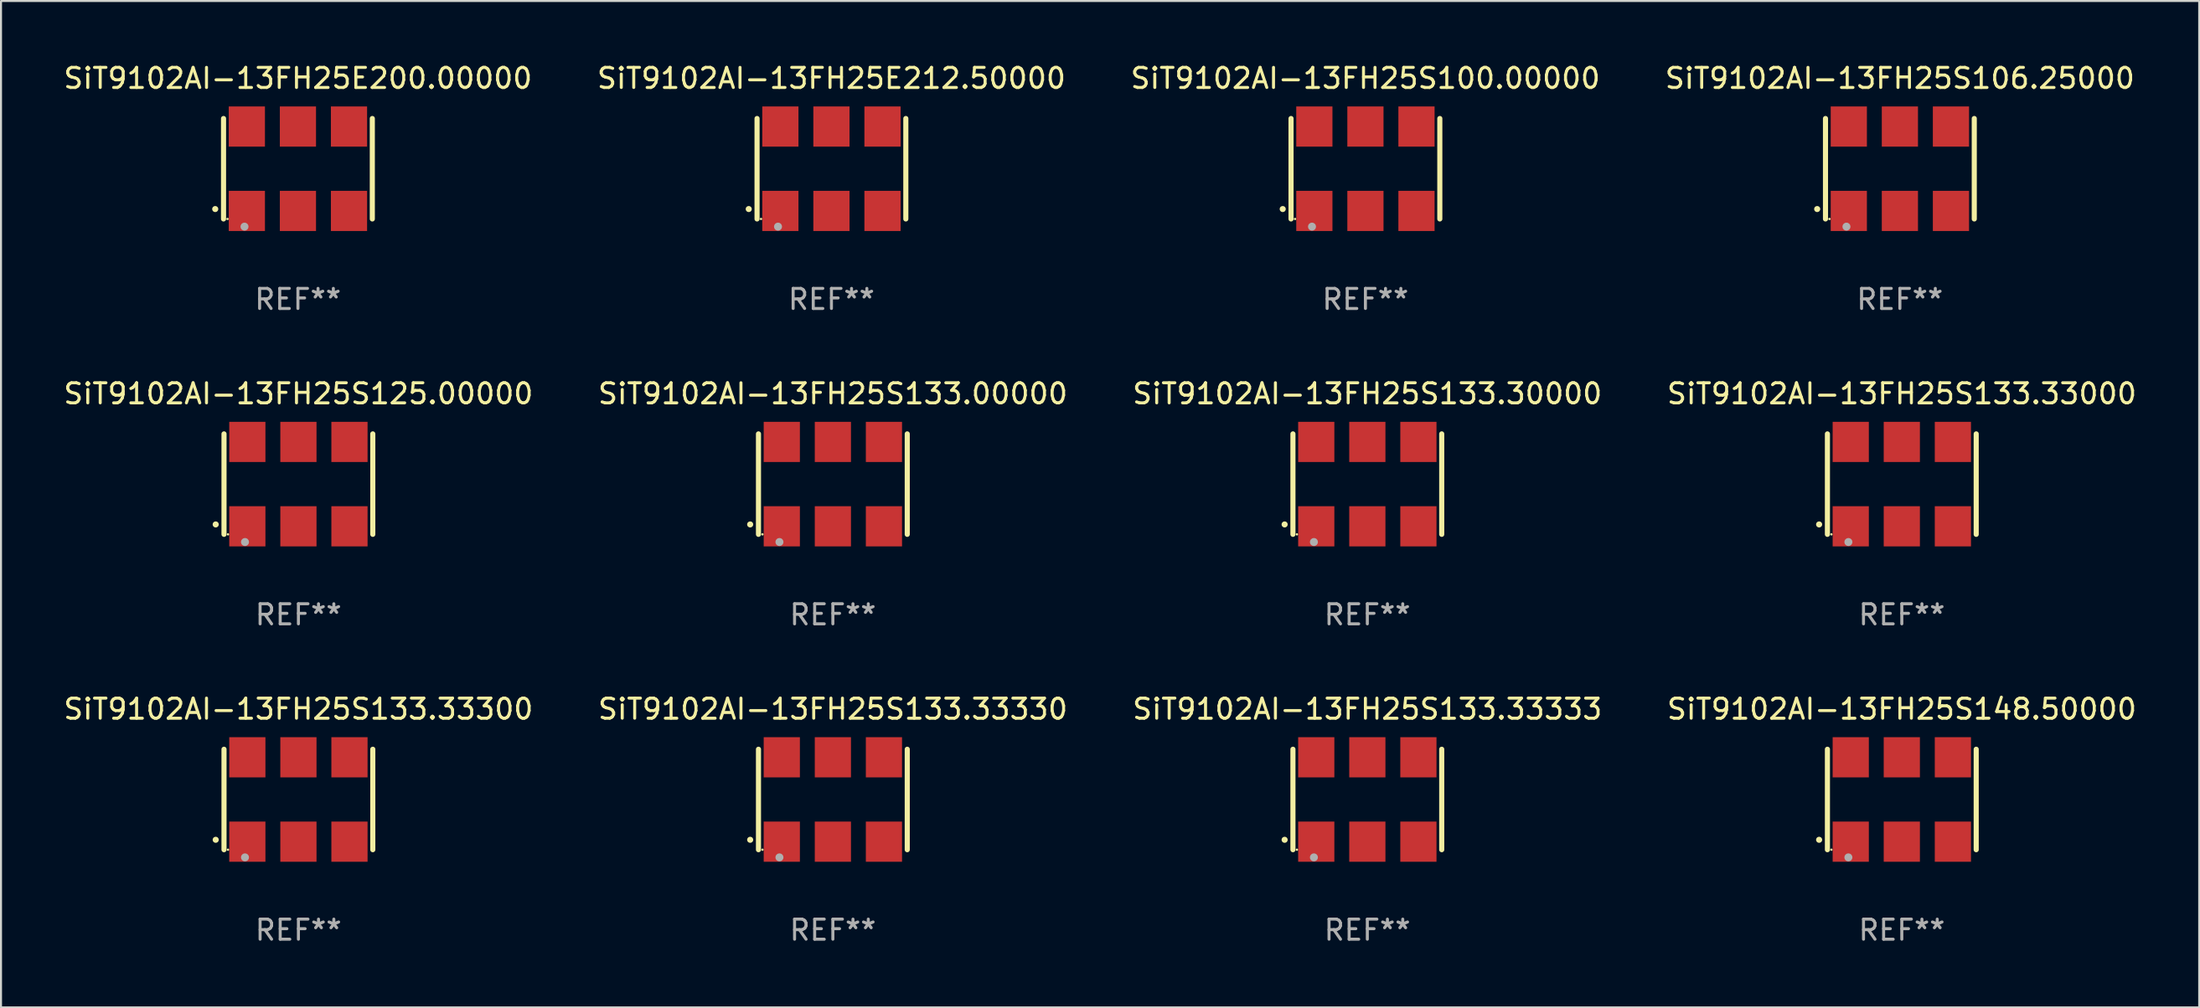
<source format=kicad_pcb>
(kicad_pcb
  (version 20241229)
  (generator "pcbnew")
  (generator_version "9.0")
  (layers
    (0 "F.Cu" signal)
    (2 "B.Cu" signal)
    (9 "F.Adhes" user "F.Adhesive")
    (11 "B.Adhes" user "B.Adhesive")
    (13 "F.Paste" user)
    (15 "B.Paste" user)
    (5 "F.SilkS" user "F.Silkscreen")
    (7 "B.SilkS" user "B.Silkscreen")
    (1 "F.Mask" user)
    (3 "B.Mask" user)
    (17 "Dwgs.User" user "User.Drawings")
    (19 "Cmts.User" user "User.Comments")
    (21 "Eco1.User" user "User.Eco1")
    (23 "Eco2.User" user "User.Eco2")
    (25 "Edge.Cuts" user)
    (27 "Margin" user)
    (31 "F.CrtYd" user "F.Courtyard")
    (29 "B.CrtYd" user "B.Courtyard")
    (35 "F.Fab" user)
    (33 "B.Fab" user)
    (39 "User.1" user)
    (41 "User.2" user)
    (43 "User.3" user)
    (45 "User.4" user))
  (footprint "SiT9102AI-13FH25S133.00000"
    (layer "F.Cu")
    (at 38.375 21.045)
    (property "Reference" "SiT9102AI-13FH25S133.00000" (at 0 -4.5 0) (layer "F.SilkS") (effects (font (size 1 1) (thickness 0.15))))
    (attr through_hole)
    (fp_line (start -3.7 -2.5) (end -3.7 2.5) (stroke (width 0.254) (type solid)) (layer "F.SilkS"))
    (fp_line (start 3.7 -2.5) (end 3.7 2.5) (stroke (width 0.254) (type solid)) (layer "F.SilkS"))
    (fp_arc (start -4.114415 2.006604) (mid -4.113145 2.006599) (end -4.111875 2.006604) (stroke (width 0.3) (type solid)) (layer "F.SilkS"))
    (fp_circle (center -3.502 2.5) (end -3.472 2.5) (stroke (width 0.06) (type solid)) (fill no) (layer "F.SilkS"))
    (fp_circle (center -2.657 2.882) (end -2.557 2.882) (stroke (width 0.2) (type solid)) (fill no) (layer "F.Fab"))
    (fp_text user "REF**" (at 0 6.5 0) (layer "F.Fab") (effects (font (size 1 1) (thickness 0.15))))
    (pad "1" smd rect (at -2.54 2.1) (size 1.8 2) (layers "F.Cu" "F.Mask" "F.Paste"))
    (pad "2" smd rect (at 0.000394 2.1) (size 1.8 2) (layers "F.Cu" "F.Mask" "F.Paste"))
    (pad "3" smd rect (at 2.54 2.1) (size 1.8 2) (layers "F.Cu" "F.Mask" "F.Paste"))
    (pad "4" smd rect (at 2.54 -2.1) (size 1.8 2) (layers "F.Cu" "F.Mask" "F.Paste"))
    (pad "5" smd rect (at 0.000394 -2.1) (size 1.8 2) (layers "F.Cu" "F.Mask" "F.Paste"))
    (pad "6" smd rect (at -2.54 -2.1) (size 1.8 2) (layers "F.Cu" "F.Mask" "F.Paste")))
  (footprint "SiT9102AI-13FH25S133.33330"
    (layer "F.Cu")
    (at 38.375 36.741)
    (property "Reference" "SiT9102AI-13FH25S133.33330" (at 0 -4.5 0) (layer "F.SilkS") (effects (font (size 1 1) (thickness 0.15))))
    (attr through_hole)
    (fp_line (start -3.7 -2.5) (end -3.7 2.5) (stroke (width 0.254) (type solid)) (layer "F.SilkS"))
    (fp_line (start 3.7 -2.5) (end 3.7 2.5) (stroke (width 0.254) (type solid)) (layer "F.SilkS"))
    (fp_arc (start -4.114415 2.006604) (mid -4.113145 2.006599) (end -4.111875 2.006604) (stroke (width 0.3) (type solid)) (layer "F.SilkS"))
    (fp_circle (center -3.502 2.5) (end -3.472 2.5) (stroke (width 0.06) (type solid)) (fill no) (layer "F.SilkS"))
    (fp_circle (center -2.657 2.882) (end -2.557 2.882) (stroke (width 0.2) (type solid)) (fill no) (layer "F.Fab"))
    (fp_text user "REF**" (at 0 6.5 0) (layer "F.Fab") (effects (font (size 1 1) (thickness 0.15))))
    (pad "1" smd rect (at -2.54 2.1) (size 1.8 2) (layers "F.Cu" "F.Mask" "F.Paste"))
    (pad "2" smd rect (at 0.000394 2.1) (size 1.8 2) (layers "F.Cu" "F.Mask" "F.Paste"))
    (pad "3" smd rect (at 2.54 2.1) (size 1.8 2) (layers "F.Cu" "F.Mask" "F.Paste"))
    (pad "4" smd rect (at 2.54 -2.1) (size 1.8 2) (layers "F.Cu" "F.Mask" "F.Paste"))
    (pad "5" smd rect (at 0.000394 -2.1) (size 1.8 2) (layers "F.Cu" "F.Mask" "F.Paste"))
    (pad "6" smd rect (at -2.54 -2.1) (size 1.8 2) (layers "F.Cu" "F.Mask" "F.Paste")))
  (footprint "SiT9102AI-13FH25S106.25000"
    (layer "F.Cu")
    (at 91.446 5.348)
    (property "Reference" "SiT9102AI-13FH25S106.25000" (at 0 -4.5 0) (layer "F.SilkS") (effects (font (size 1 1) (thickness 0.15))))
    (attr through_hole)
    (fp_line (start -3.7 -2.5) (end -3.7 2.5) (stroke (width 0.254) (type solid)) (layer "F.SilkS"))
    (fp_line (start 3.7 -2.5) (end 3.7 2.5) (stroke (width 0.254) (type solid)) (layer "F.SilkS"))
    (fp_arc (start -4.114415 2.006604) (mid -4.113145 2.006599) (end -4.111875 2.006604) (stroke (width 0.3) (type solid)) (layer "F.SilkS"))
    (fp_circle (center -3.502 2.5) (end -3.472 2.5) (stroke (width 0.06) (type solid)) (fill no) (layer "F.SilkS"))
    (fp_circle (center -2.657 2.882) (end -2.557 2.882) (stroke (width 0.2) (type solid)) (fill no) (layer "F.Fab"))
    (fp_text user "REF**" (at 0 6.5 0) (layer "F.Fab") (effects (font (size 1 1) (thickness 0.15))))
    (pad "1" smd rect (at -2.54 2.1) (size 1.8 2) (layers "F.Cu" "F.Mask" "F.Paste"))
    (pad "2" smd rect (at 0.000394 2.1) (size 1.8 2) (layers "F.Cu" "F.Mask" "F.Paste"))
    (pad "3" smd rect (at 2.54 2.1) (size 1.8 2) (layers "F.Cu" "F.Mask" "F.Paste"))
    (pad "4" smd rect (at 2.54 -2.1) (size 1.8 2) (layers "F.Cu" "F.Mask" "F.Paste"))
    (pad "5" smd rect (at 0.000394 -2.1) (size 1.8 2) (layers "F.Cu" "F.Mask" "F.Paste"))
    (pad "6" smd rect (at -2.54 -2.1) (size 1.8 2) (layers "F.Cu" "F.Mask" "F.Paste")))
  (footprint "SiT9102AI-13FH25S133.33000"
    (layer "F.Cu")
    (at 91.542 21.045)
    (property "Reference" "SiT9102AI-13FH25S133.33000" (at 0 -4.5 0) (layer "F.SilkS") (effects (font (size 1 1) (thickness 0.15))))
    (attr through_hole)
    (fp_line (start -3.7 -2.5) (end -3.7 2.5) (stroke (width 0.254) (type solid)) (layer "F.SilkS"))
    (fp_line (start 3.7 -2.5) (end 3.7 2.5) (stroke (width 0.254) (type solid)) (layer "F.SilkS"))
    (fp_arc (start -4.114415 2.006604) (mid -4.113145 2.006599) (end -4.111875 2.006604) (stroke (width 0.3) (type solid)) (layer "F.SilkS"))
    (fp_circle (center -3.502 2.5) (end -3.472 2.5) (stroke (width 0.06) (type solid)) (fill no) (layer "F.SilkS"))
    (fp_circle (center -2.657 2.882) (end -2.557 2.882) (stroke (width 0.2) (type solid)) (fill no) (layer "F.Fab"))
    (fp_text user "REF**" (at 0 6.5 0) (layer "F.Fab") (effects (font (size 1 1) (thickness 0.15))))
    (pad "1" smd rect (at -2.54 2.1) (size 1.8 2) (layers "F.Cu" "F.Mask" "F.Paste"))
    (pad "2" smd rect (at 0.000394 2.1) (size 1.8 2) (layers "F.Cu" "F.Mask" "F.Paste"))
    (pad "3" smd rect (at 2.54 2.1) (size 1.8 2) (layers "F.Cu" "F.Mask" "F.Paste"))
    (pad "4" smd rect (at 2.54 -2.1) (size 1.8 2) (layers "F.Cu" "F.Mask" "F.Paste"))
    (pad "5" smd rect (at 0.000394 -2.1) (size 1.8 2) (layers "F.Cu" "F.Mask" "F.Paste"))
    (pad "6" smd rect (at -2.54 -2.1) (size 1.8 2) (layers "F.Cu" "F.Mask" "F.Paste")))
  (footprint "SiT9102AI-13FH25S133.30000"
    (layer "F.Cu")
    (at 64.958 21.045)
    (property "Reference" "SiT9102AI-13FH25S133.30000" (at 0 -4.5 0) (layer "F.SilkS") (effects (font (size 1 1) (thickness 0.15))))
    (attr through_hole)
    (fp_line (start -3.7 -2.5) (end -3.7 2.5) (stroke (width 0.254) (type solid)) (layer "F.SilkS"))
    (fp_line (start 3.7 -2.5) (end 3.7 2.5) (stroke (width 0.254) (type solid)) (layer "F.SilkS"))
    (fp_arc (start -4.114415 2.006604) (mid -4.113145 2.006599) (end -4.111875 2.006604) (stroke (width 0.3) (type solid)) (layer "F.SilkS"))
    (fp_circle (center -3.502 2.5) (end -3.472 2.5) (stroke (width 0.06) (type solid)) (fill no) (layer "F.SilkS"))
    (fp_circle (center -2.657 2.882) (end -2.557 2.882) (stroke (width 0.2) (type solid)) (fill no) (layer "F.Fab"))
    (fp_text user "REF**" (at 0 6.5 0) (layer "F.Fab") (effects (font (size 1 1) (thickness 0.15))))
    (pad "1" smd rect (at -2.54 2.1) (size 1.8 2) (layers "F.Cu" "F.Mask" "F.Paste"))
    (pad "2" smd rect (at 0.000394 2.1) (size 1.8 2) (layers "F.Cu" "F.Mask" "F.Paste"))
    (pad "3" smd rect (at 2.54 2.1) (size 1.8 2) (layers "F.Cu" "F.Mask" "F.Paste"))
    (pad "4" smd rect (at 2.54 -2.1) (size 1.8 2) (layers "F.Cu" "F.Mask" "F.Paste"))
    (pad "5" smd rect (at 0.000394 -2.1) (size 1.8 2) (layers "F.Cu" "F.Mask" "F.Paste"))
    (pad "6" smd rect (at -2.54 -2.1) (size 1.8 2) (layers "F.Cu" "F.Mask" "F.Paste")))
  (footprint "SiT9102AI-13FH25S100.00000"
    (layer "F.Cu")
    (at 64.863 5.348)
    (property "Reference" "SiT9102AI-13FH25S100.00000" (at 0 -4.5 0) (layer "F.SilkS") (effects (font (size 1 1) (thickness 0.15))))
    (attr through_hole)
    (fp_line (start -3.7 -2.5) (end -3.7 2.5) (stroke (width 0.254) (type solid)) (layer "F.SilkS"))
    (fp_line (start 3.7 -2.5) (end 3.7 2.5) (stroke (width 0.254) (type solid)) (layer "F.SilkS"))
    (fp_arc (start -4.114415 2.006604) (mid -4.113145 2.006599) (end -4.111875 2.006604) (stroke (width 0.3) (type solid)) (layer "F.SilkS"))
    (fp_circle (center -3.502 2.5) (end -3.472 2.5) (stroke (width 0.06) (type solid)) (fill no) (layer "F.SilkS"))
    (fp_circle (center -2.657 2.882) (end -2.557 2.882) (stroke (width 0.2) (type solid)) (fill no) (layer "F.Fab"))
    (fp_text user "REF**" (at 0 6.5 0) (layer "F.Fab") (effects (font (size 1 1) (thickness 0.15))))
    (pad "1" smd rect (at -2.54 2.1) (size 1.8 2) (layers "F.Cu" "F.Mask" "F.Paste"))
    (pad "2" smd rect (at 0.000394 2.1) (size 1.8 2) (layers "F.Cu" "F.Mask" "F.Paste"))
    (pad "3" smd rect (at 2.54 2.1) (size 1.8 2) (layers "F.Cu" "F.Mask" "F.Paste"))
    (pad "4" smd rect (at 2.54 -2.1) (size 1.8 2) (layers "F.Cu" "F.Mask" "F.Paste"))
    (pad "5" smd rect (at 0.000394 -2.1) (size 1.8 2) (layers "F.Cu" "F.Mask" "F.Paste"))
    (pad "6" smd rect (at -2.54 -2.1) (size 1.8 2) (layers "F.Cu" "F.Mask" "F.Paste")))
  (footprint "SiT9102AI-13FH25S133.33333"
    (layer "F.Cu")
    (at 64.958 36.741)
    (property "Reference" "SiT9102AI-13FH25S133.33333" (at 0 -4.5 0) (layer "F.SilkS") (effects (font (size 1 1) (thickness 0.15))))
    (attr through_hole)
    (fp_line (start -3.7 -2.5) (end -3.7 2.5) (stroke (width 0.254) (type solid)) (layer "F.SilkS"))
    (fp_line (start 3.7 -2.5) (end 3.7 2.5) (stroke (width 0.254) (type solid)) (layer "F.SilkS"))
    (fp_arc (start -4.114415 2.006604) (mid -4.113145 2.006599) (end -4.111875 2.006604) (stroke (width 0.3) (type solid)) (layer "F.SilkS"))
    (fp_circle (center -3.502 2.5) (end -3.472 2.5) (stroke (width 0.06) (type solid)) (fill no) (layer "F.SilkS"))
    (fp_circle (center -2.657 2.882) (end -2.557 2.882) (stroke (width 0.2) (type solid)) (fill no) (layer "F.Fab"))
    (fp_text user "REF**" (at 0 6.5 0) (layer "F.Fab") (effects (font (size 1 1) (thickness 0.15))))
    (pad "1" smd rect (at -2.54 2.1) (size 1.8 2) (layers "F.Cu" "F.Mask" "F.Paste"))
    (pad "2" smd rect (at 0.000394 2.1) (size 1.8 2) (layers "F.Cu" "F.Mask" "F.Paste"))
    (pad "3" smd rect (at 2.54 2.1) (size 1.8 2) (layers "F.Cu" "F.Mask" "F.Paste"))
    (pad "4" smd rect (at 2.54 -2.1) (size 1.8 2) (layers "F.Cu" "F.Mask" "F.Paste"))
    (pad "5" smd rect (at 0.000394 -2.1) (size 1.8 2) (layers "F.Cu" "F.Mask" "F.Paste"))
    (pad "6" smd rect (at -2.54 -2.1) (size 1.8 2) (layers "F.Cu" "F.Mask" "F.Paste")))
  (footprint "SiT9102AI-13FH25S148.50000"
    (layer "F.Cu")
    (at 91.542 36.741)
    (property "Reference" "SiT9102AI-13FH25S148.50000" (at 0 -4.5 0) (layer "F.SilkS") (effects (font (size 1 1) (thickness 0.15))))
    (attr through_hole)
    (fp_line (start -3.7 -2.5) (end -3.7 2.5) (stroke (width 0.254) (type solid)) (layer "F.SilkS"))
    (fp_line (start 3.7 -2.5) (end 3.7 2.5) (stroke (width 0.254) (type solid)) (layer "F.SilkS"))
    (fp_arc (start -4.114415 2.006604) (mid -4.113145 2.006599) (end -4.111875 2.006604) (stroke (width 0.3) (type solid)) (layer "F.SilkS"))
    (fp_circle (center -3.502 2.5) (end -3.472 2.5) (stroke (width 0.06) (type solid)) (fill no) (layer "F.SilkS"))
    (fp_circle (center -2.657 2.882) (end -2.557 2.882) (stroke (width 0.2) (type solid)) (fill no) (layer "F.Fab"))
    (fp_text user "REF**" (at 0 6.5 0) (layer "F.Fab") (effects (font (size 1 1) (thickness 0.15))))
    (pad "1" smd rect (at -2.54 2.1) (size 1.8 2) (layers "F.Cu" "F.Mask" "F.Paste"))
    (pad "2" smd rect (at 0.000394 2.1) (size 1.8 2) (layers "F.Cu" "F.Mask" "F.Paste"))
    (pad "3" smd rect (at 2.54 2.1) (size 1.8 2) (layers "F.Cu" "F.Mask" "F.Paste"))
    (pad "4" smd rect (at 2.54 -2.1) (size 1.8 2) (layers "F.Cu" "F.Mask" "F.Paste"))
    (pad "5" smd rect (at 0.000394 -2.1) (size 1.8 2) (layers "F.Cu" "F.Mask" "F.Paste"))
    (pad "6" smd rect (at -2.54 -2.1) (size 1.8 2) (layers "F.Cu" "F.Mask" "F.Paste")))
  (footprint "SiT9102AI-13FH25E200.00000"
    (layer "F.Cu")
    (at 11.768 5.348)
    (property "Reference" "SiT9102AI-13FH25E200.00000" (at 0 -4.5 0) (layer "F.SilkS") (effects (font (size 1 1) (thickness 0.15))))
    (attr through_hole)
    (fp_line (start -3.7 -2.5) (end -3.7 2.5) (stroke (width 0.254) (type solid)) (layer "F.SilkS"))
    (fp_line (start 3.7 -2.5) (end 3.7 2.5) (stroke (width 0.254) (type solid)) (layer "F.SilkS"))
    (fp_arc (start -4.114415 2.006604) (mid -4.113145 2.006599) (end -4.111875 2.006604) (stroke (width 0.3) (type solid)) (layer "F.SilkS"))
    (fp_circle (center -3.502 2.5) (end -3.472 2.5) (stroke (width 0.06) (type solid)) (fill no) (layer "F.SilkS"))
    (fp_circle (center -2.657 2.882) (end -2.557 2.882) (stroke (width 0.2) (type solid)) (fill no) (layer "F.Fab"))
    (fp_text user "REF**" (at 0 6.5 0) (layer "F.Fab") (effects (font (size 1 1) (thickness 0.15))))
    (pad "1" smd rect (at -2.54 2.1) (size 1.8 2) (layers "F.Cu" "F.Mask" "F.Paste"))
    (pad "2" smd rect (at 0.000394 2.1) (size 1.8 2) (layers "F.Cu" "F.Mask" "F.Paste"))
    (pad "3" smd rect (at 2.54 2.1) (size 1.8 2) (layers "F.Cu" "F.Mask" "F.Paste"))
    (pad "4" smd rect (at 2.54 -2.1) (size 1.8 2) (layers "F.Cu" "F.Mask" "F.Paste"))
    (pad "5" smd rect (at 0.000394 -2.1) (size 1.8 2) (layers "F.Cu" "F.Mask" "F.Paste"))
    (pad "6" smd rect (at -2.54 -2.1) (size 1.8 2) (layers "F.Cu" "F.Mask" "F.Paste")))
  (footprint "SiT9102AI-13FH25S133.33300"
    (layer "F.Cu")
    (at 11.792 36.741)
    (property "Reference" "SiT9102AI-13FH25S133.33300" (at 0 -4.5 0) (layer "F.SilkS") (effects (font (size 1 1) (thickness 0.15))))
    (attr through_hole)
    (fp_line (start -3.7 -2.5) (end -3.7 2.5) (stroke (width 0.254) (type solid)) (layer "F.SilkS"))
    (fp_line (start 3.7 -2.5) (end 3.7 2.5) (stroke (width 0.254) (type solid)) (layer "F.SilkS"))
    (fp_arc (start -4.114415 2.006604) (mid -4.113145 2.006599) (end -4.111875 2.006604) (stroke (width 0.3) (type solid)) (layer "F.SilkS"))
    (fp_circle (center -3.502 2.5) (end -3.472 2.5) (stroke (width 0.06) (type solid)) (fill no) (layer "F.SilkS"))
    (fp_circle (center -2.657 2.882) (end -2.557 2.882) (stroke (width 0.2) (type solid)) (fill no) (layer "F.Fab"))
    (fp_text user "REF**" (at 0 6.5 0) (layer "F.Fab") (effects (font (size 1 1) (thickness 0.15))))
    (pad "1" smd rect (at -2.54 2.1) (size 1.8 2) (layers "F.Cu" "F.Mask" "F.Paste"))
    (pad "2" smd rect (at 0.000394 2.1) (size 1.8 2) (layers "F.Cu" "F.Mask" "F.Paste"))
    (pad "3" smd rect (at 2.54 2.1) (size 1.8 2) (layers "F.Cu" "F.Mask" "F.Paste"))
    (pad "4" smd rect (at 2.54 -2.1) (size 1.8 2) (layers "F.Cu" "F.Mask" "F.Paste"))
    (pad "5" smd rect (at 0.000394 -2.1) (size 1.8 2) (layers "F.Cu" "F.Mask" "F.Paste"))
    (pad "6" smd rect (at -2.54 -2.1) (size 1.8 2) (layers "F.Cu" "F.Mask" "F.Paste")))
  (footprint "SiT9102AI-13FH25E212.50000"
    (layer "F.Cu")
    (at 38.304 5.348)
    (property "Reference" "SiT9102AI-13FH25E212.50000" (at 0 -4.5 0) (layer "F.SilkS") (effects (font (size 1 1) (thickness 0.15))))
    (attr through_hole)
    (fp_line (start -3.7 -2.5) (end -3.7 2.5) (stroke (width 0.254) (type solid)) (layer "F.SilkS"))
    (fp_line (start 3.7 -2.5) (end 3.7 2.5) (stroke (width 0.254) (type solid)) (layer "F.SilkS"))
    (fp_arc (start -4.114415 2.006604) (mid -4.113145 2.006599) (end -4.111875 2.006604) (stroke (width 0.3) (type solid)) (layer "F.SilkS"))
    (fp_circle (center -3.502 2.5) (end -3.472 2.5) (stroke (width 0.06) (type solid)) (fill no) (layer "F.SilkS"))
    (fp_circle (center -2.657 2.882) (end -2.557 2.882) (stroke (width 0.2) (type solid)) (fill no) (layer "F.Fab"))
    (fp_text user "REF**" (at 0 6.5 0) (layer "F.Fab") (effects (font (size 1 1) (thickness 0.15))))
    (pad "1" smd rect (at -2.54 2.1) (size 1.8 2) (layers "F.Cu" "F.Mask" "F.Paste"))
    (pad "2" smd rect (at 0.000394 2.1) (size 1.8 2) (layers "F.Cu" "F.Mask" "F.Paste"))
    (pad "3" smd rect (at 2.54 2.1) (size 1.8 2) (layers "F.Cu" "F.Mask" "F.Paste"))
    (pad "4" smd rect (at 2.54 -2.1) (size 1.8 2) (layers "F.Cu" "F.Mask" "F.Paste"))
    (pad "5" smd rect (at 0.000394 -2.1) (size 1.8 2) (layers "F.Cu" "F.Mask" "F.Paste"))
    (pad "6" smd rect (at -2.54 -2.1) (size 1.8 2) (layers "F.Cu" "F.Mask" "F.Paste")))
  (footprint "SiT9102AI-13FH25S125.00000"
    (layer "F.Cu")
    (at 11.792 21.045)
    (property "Reference" "SiT9102AI-13FH25S125.00000" (at 0 -4.5 0) (layer "F.SilkS") (effects (font (size 1 1) (thickness 0.15))))
    (attr through_hole)
    (fp_line (start -3.7 -2.5) (end -3.7 2.5) (stroke (width 0.254) (type solid)) (layer "F.SilkS"))
    (fp_line (start 3.7 -2.5) (end 3.7 2.5) (stroke (width 0.254) (type solid)) (layer "F.SilkS"))
    (fp_arc (start -4.114415 2.006604) (mid -4.113145 2.006599) (end -4.111875 2.006604) (stroke (width 0.3) (type solid)) (layer "F.SilkS"))
    (fp_circle (center -3.502 2.5) (end -3.472 2.5) (stroke (width 0.06) (type solid)) (fill no) (layer "F.SilkS"))
    (fp_circle (center -2.657 2.882) (end -2.557 2.882) (stroke (width 0.2) (type solid)) (fill no) (layer "F.Fab"))
    (fp_text user "REF**" (at 0 6.5 0) (layer "F.Fab") (effects (font (size 1 1) (thickness 0.15))))
    (pad "1" smd rect (at -2.54 2.1) (size 1.8 2) (layers "F.Cu" "F.Mask" "F.Paste"))
    (pad "2" smd rect (at 0.000394 2.1) (size 1.8 2) (layers "F.Cu" "F.Mask" "F.Paste"))
    (pad "3" smd rect (at 2.54 2.1) (size 1.8 2) (layers "F.Cu" "F.Mask" "F.Paste"))
    (pad "4" smd rect (at 2.54 -2.1) (size 1.8 2) (layers "F.Cu" "F.Mask" "F.Paste"))
    (pad "5" smd rect (at 0.000394 -2.1) (size 1.8 2) (layers "F.Cu" "F.Mask" "F.Paste"))
    (pad "6" smd rect (at -2.54 -2.1) (size 1.8 2) (layers "F.Cu" "F.Mask" "F.Paste")))
  (gr_rect
    (start -3 -3)
    (end 106.333 47.09)
    (stroke (width 0.1) (type default))
    (fill no)
    (layer "Edge.Cuts")))
</source>
